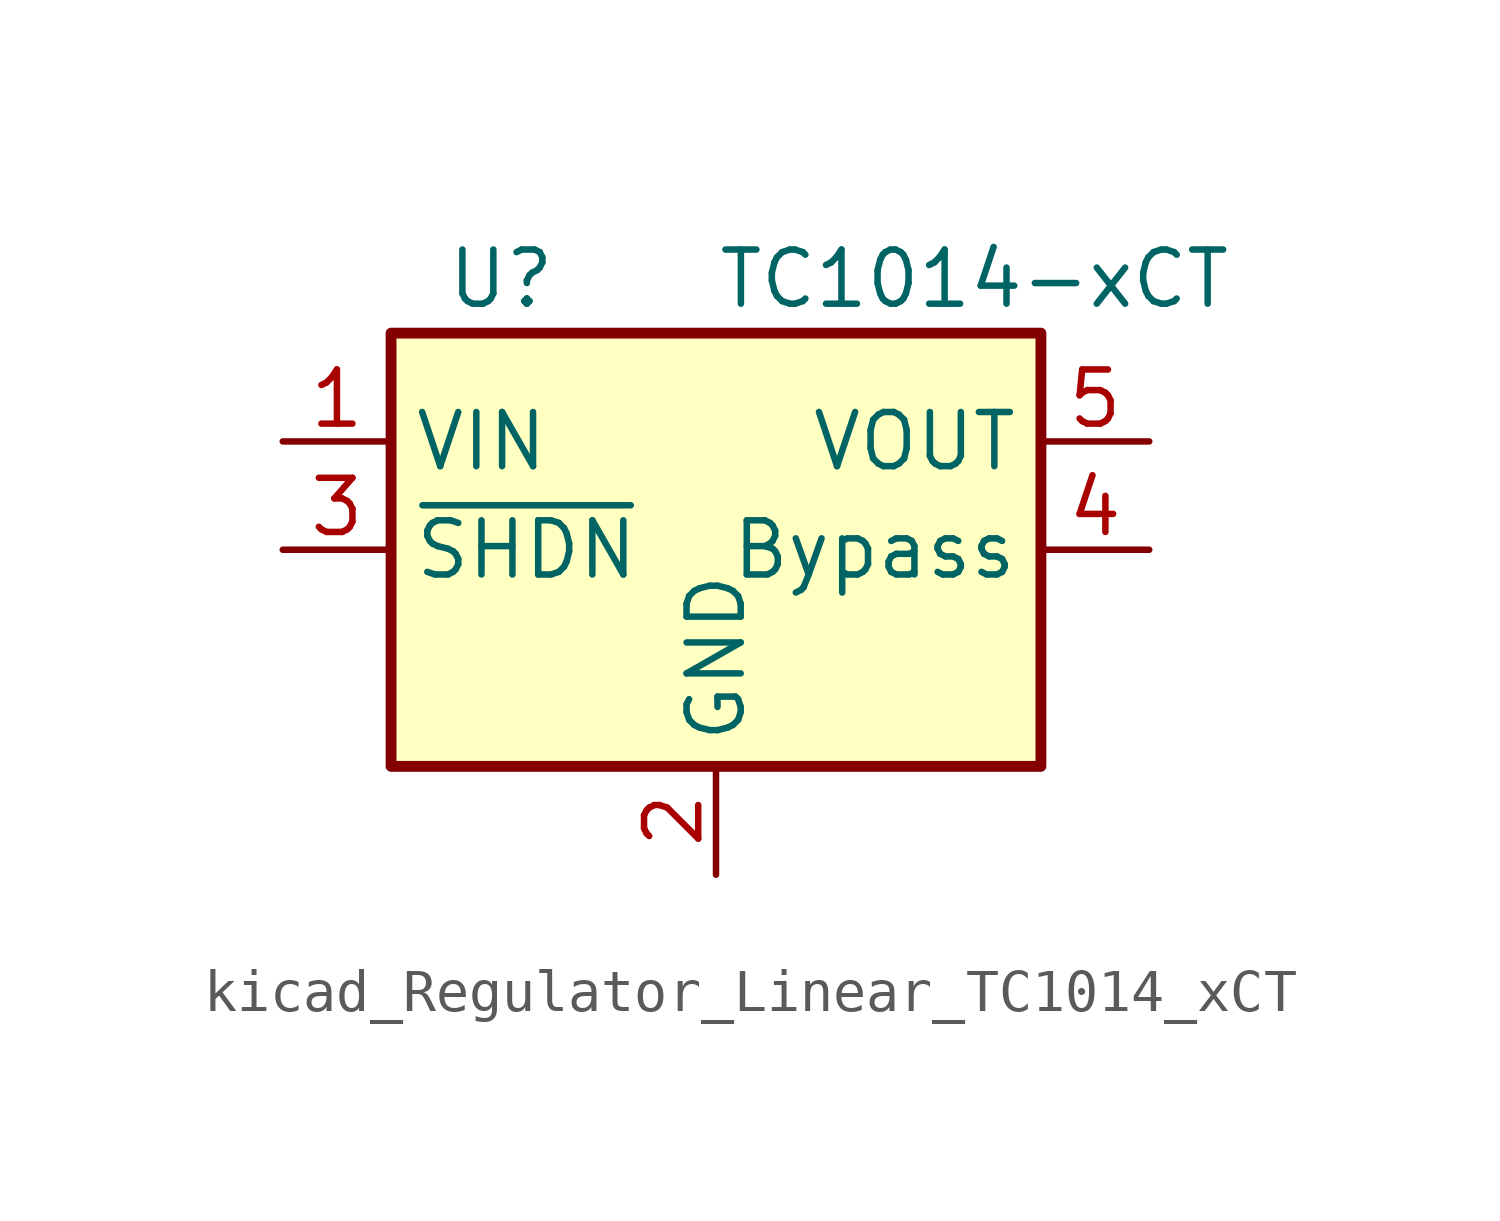
<source format=kicad_sym>
(kicad_symbol_lib
  (version 20220914)
  (generator kicad_symbol_editor)
  (symbol "kicad_Regulator_Linear_TC1014_xCT"
    (property "Reference" "U"
      (at -6.35 6.35 0)
      (effects (font (size 1.27 1.27)) (justify left)))
    (property "Value" "TC1014-xCT"
      (at 0 6.35 0)
      (effects (font (size 1.27 1.27)) (justify left)))
    (symbol "kicad_Regulator_Linear_TC1014_xCT_0_1"
      (rectangle (start -7.62 5.08) (end 7.62 -5.08) (stroke (width 0.254) (type default)) (fill (type background))))
    (symbol "kicad_Regulator_Linear_TC1014_xCT_1_1"
      (pin power_in line (at -10.16 2.54 0) (length 2.54) (name "VIN" (effects (font (size 1.27 1.27)))) (number "1" (effects (font (size 1.27 1.27)))))
      (pin power_in line (at 0 -7.62 90) (length 2.54) (name "GND" (effects (font (size 1.27 1.27)))) (number "2" (effects (font (size 1.27 1.27)))))
      (pin input line (at -10.16 0 0) (length 2.54) (name "~{SHDN}" (effects (font (size 1.27 1.27)))) (number "3" (effects (font (size 1.27 1.27)))))
      (pin passive line (at 10.16 0 180) (length 2.54) (name "Bypass" (effects (font (size 1.27 1.27)))) (number "4" (effects (font (size 1.27 1.27)))))
      (pin power_out line (at 10.16 2.54 180) (length 2.54) (name "VOUT" (effects (font (size 1.27 1.27)))) (number "5" (effects (font (size 1.27 1.27))))))))
</source>
